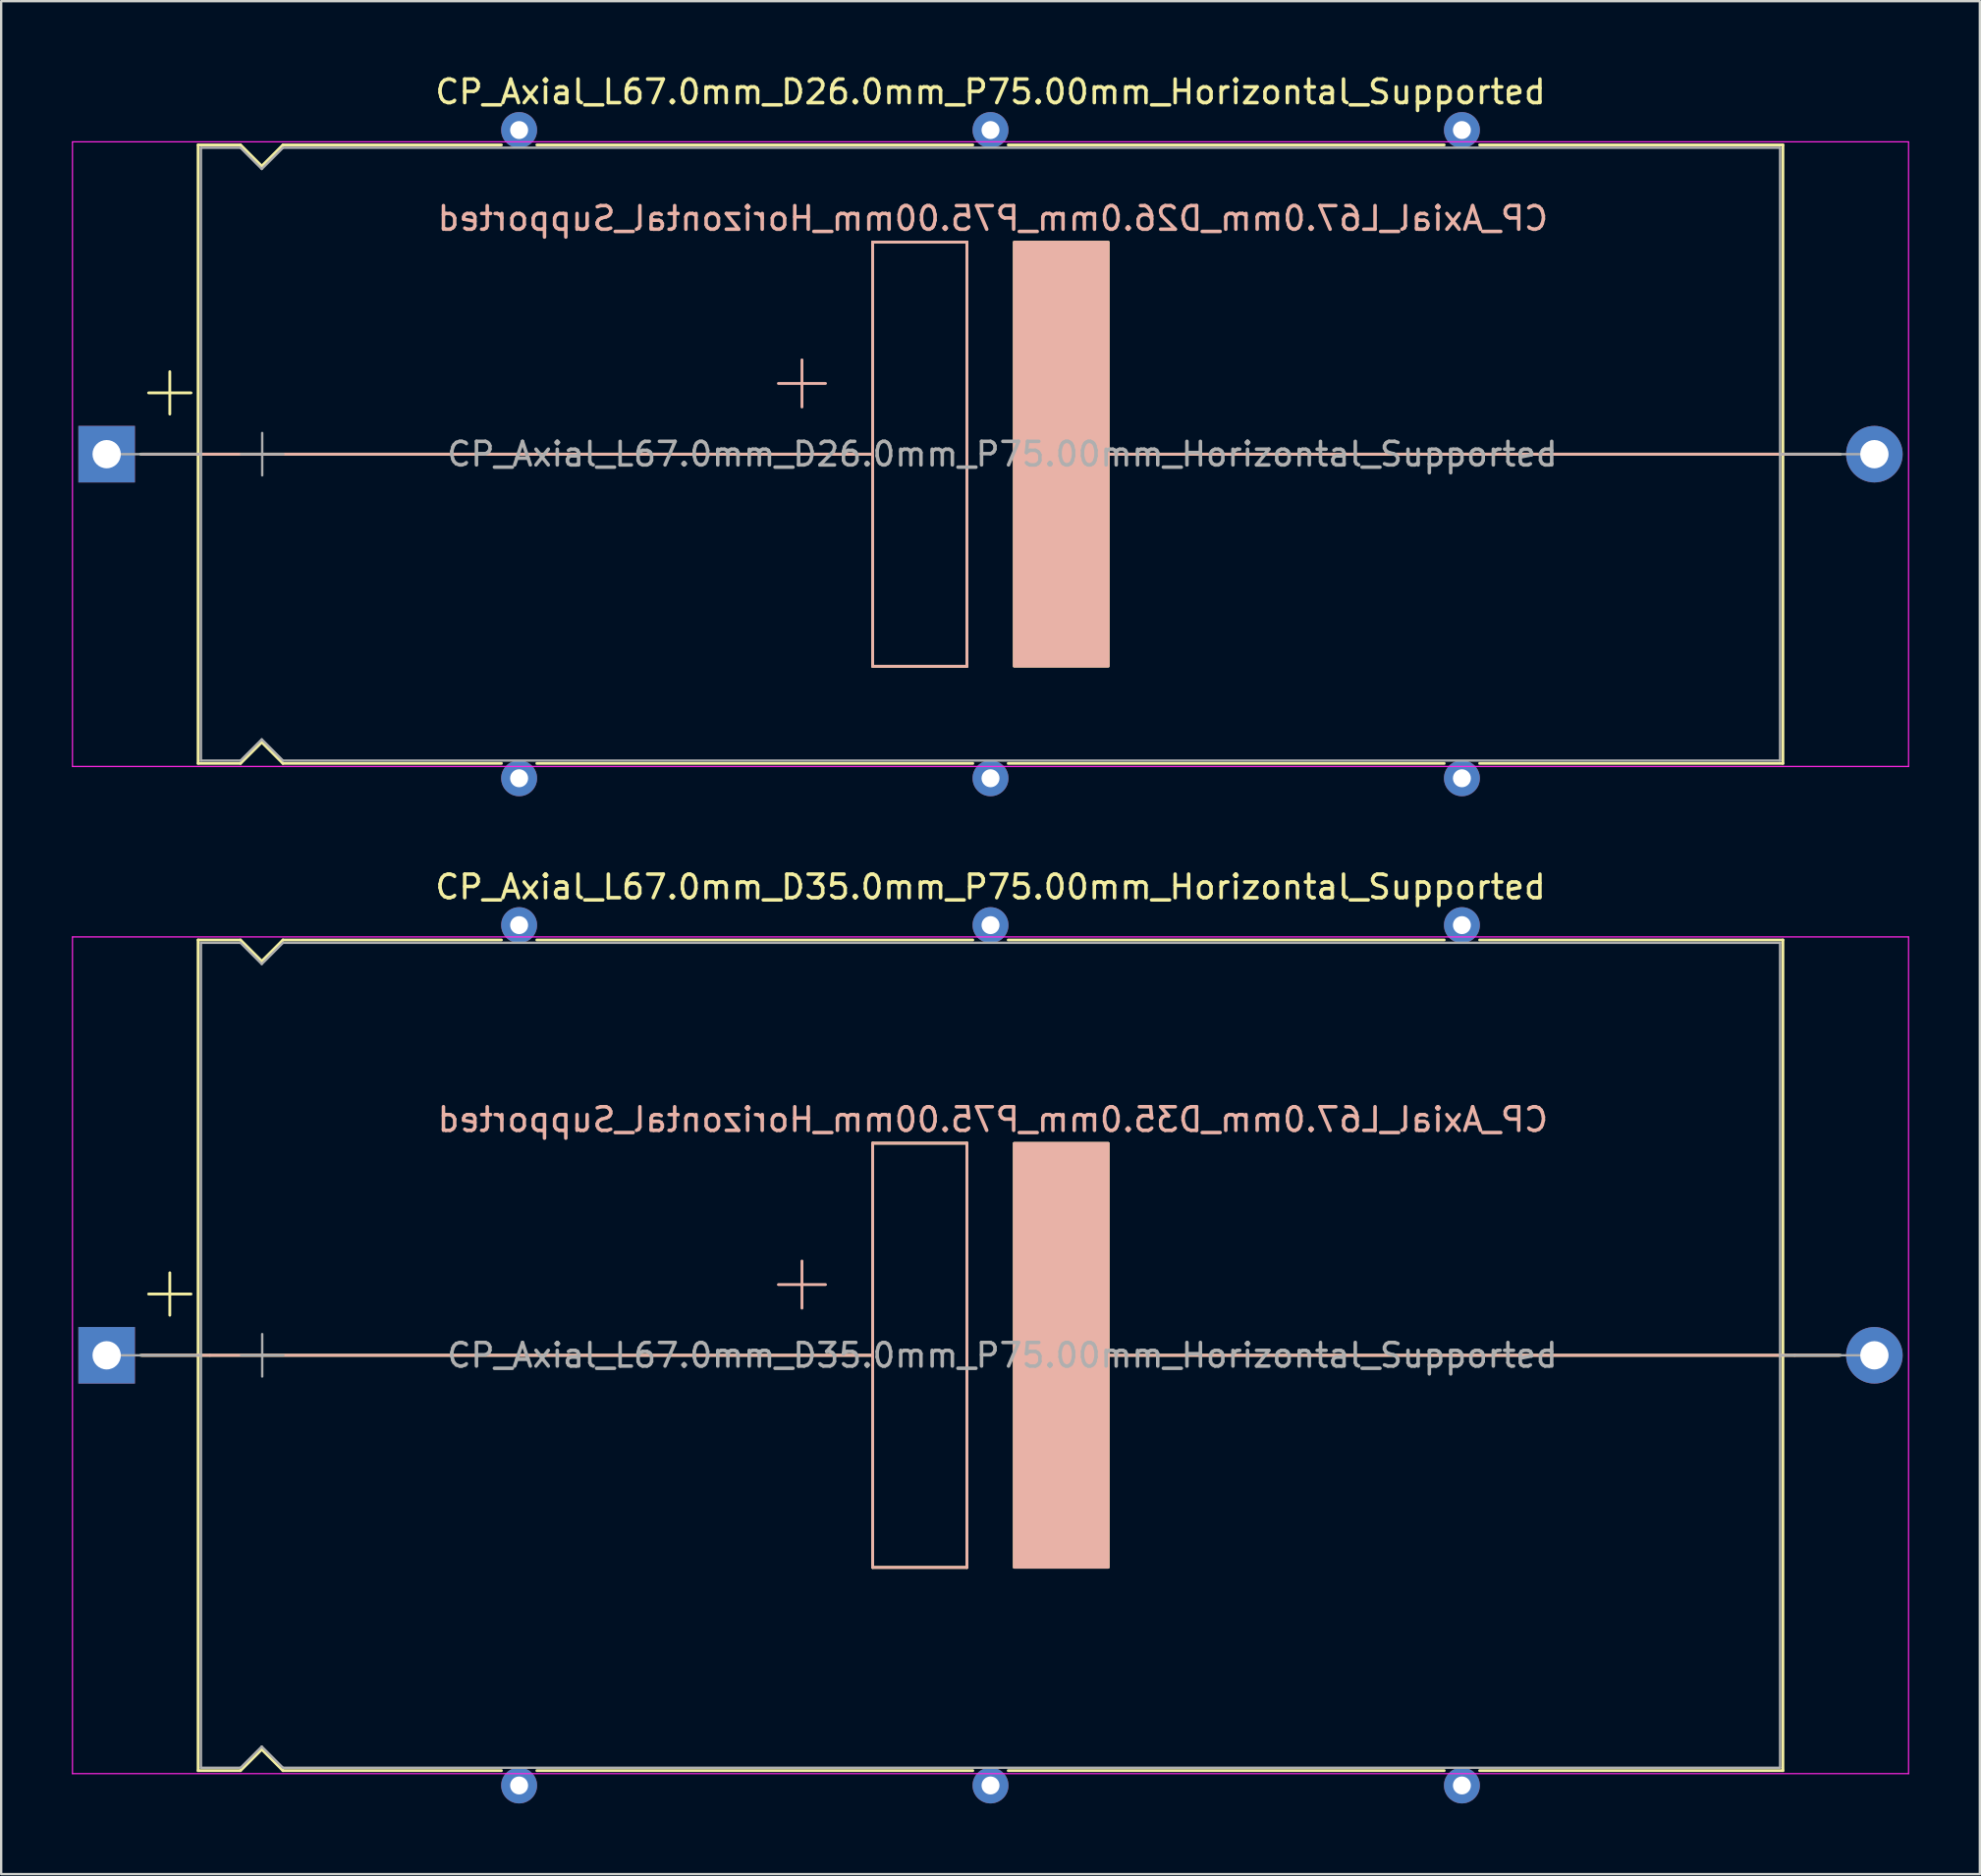
<source format=kicad_pcb>
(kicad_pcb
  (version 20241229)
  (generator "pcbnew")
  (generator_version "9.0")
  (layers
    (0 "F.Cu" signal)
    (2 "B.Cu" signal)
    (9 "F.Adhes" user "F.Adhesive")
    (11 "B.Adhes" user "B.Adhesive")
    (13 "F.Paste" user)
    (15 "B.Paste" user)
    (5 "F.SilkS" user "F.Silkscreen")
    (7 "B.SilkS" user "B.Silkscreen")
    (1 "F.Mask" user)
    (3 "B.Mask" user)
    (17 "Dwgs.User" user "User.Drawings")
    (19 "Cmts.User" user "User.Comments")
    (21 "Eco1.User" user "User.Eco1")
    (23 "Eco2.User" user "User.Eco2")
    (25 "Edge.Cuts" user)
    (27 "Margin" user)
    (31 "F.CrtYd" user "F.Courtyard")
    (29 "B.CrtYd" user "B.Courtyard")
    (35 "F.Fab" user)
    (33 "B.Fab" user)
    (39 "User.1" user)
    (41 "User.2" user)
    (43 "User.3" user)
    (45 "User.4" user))
  (footprint "CP_Axial_L67.0mm_D35.0mm_P75.00mm_Horizontal_Supported"
    (layer "F.Cu")
    (at 1.475 54.449)
    (property "Reference" "CP_Axial_L67.0mm_D35.0mm_P75.00mm_Horizontal_Supported" (at 37.5 -19.87 0) (layer "F.SilkS") (effects (font (size 1 1) (thickness 0.15))))
    (fp_line (start 1.44 0) (end 3.88 0) (stroke (width 0.12) (type solid)) (layer "F.SilkS"))
    (fp_line (start 1.78 -2.6) (end 3.58 -2.6) (stroke (width 0.12) (type solid)) (layer "F.SilkS"))
    (fp_line (start 2.68 -3.5) (end 2.68 -1.7) (stroke (width 0.12) (type solid)) (layer "F.SilkS"))
    (fp_line (start 3.88 -17.62) (end 3.88 17.62) (stroke (width 0.12) (type solid)) (layer "F.SilkS"))
    (fp_line (start 3.88 -17.62) (end 5.68 -17.62) (stroke (width 0.12) (type solid)) (layer "F.SilkS"))
    (fp_line (start 3.88 0) (end 32.5 0) (stroke (width 0.12) (type solid)) (layer "F.SilkS"))
    (fp_line (start 3.88 17.62) (end 5.68 17.62) (stroke (width 0.12) (type solid)) (layer "F.SilkS"))
    (fp_line (start 5.68 -17.62) (end 6.58 -16.72) (stroke (width 0.12) (type solid)) (layer "F.SilkS"))
    (fp_line (start 5.68 17.62) (end 6.58 16.72) (stroke (width 0.12) (type solid)) (layer "F.SilkS"))
    (fp_line (start 6.58 -16.72) (end 7.48 -17.62) (stroke (width 0.12) (type solid)) (layer "F.SilkS"))
    (fp_line (start 6.58 16.72) (end 7.48 17.62) (stroke (width 0.12) (type solid)) (layer "F.SilkS"))
    (fp_line (start 7.48 -17.62) (end 16.75 -17.62) (stroke (width 0.12) (type solid)) (layer "F.SilkS"))
    (fp_line (start 7.48 17.62) (end 16.75 17.62) (stroke (width 0.12) (type solid)) (layer "F.SilkS"))
    (fp_line (start 18.25 -17.62) (end 36.75 -17.62) (stroke (width 0.12) (type solid)) (layer "F.SilkS"))
    (fp_line (start 18.25 17.62) (end 36.75 17.62) (stroke (width 0.12) (type solid)) (layer "F.SilkS"))
    (fp_line (start 32.5 -9) (end 36.5 -9) (stroke (width 0.12) (type solid)) (layer "F.SilkS"))
    (fp_line (start 32.5 9) (end 32.5 -9) (stroke (width 0.12) (type solid)) (layer "F.SilkS"))
    (fp_line (start 36.5 -9) (end 36.5 9) (stroke (width 0.12) (type solid)) (layer "F.SilkS"))
    (fp_line (start 36.5 9) (end 32.5 9) (stroke (width 0.12) (type solid)) (layer "F.SilkS"))
    (fp_line (start 38.25 -17.62) (end 56.75 -17.62) (stroke (width 0.12) (type solid)) (layer "F.SilkS"))
    (fp_line (start 38.25 17.62) (end 56.75 17.62) (stroke (width 0.12) (type solid)) (layer "F.SilkS"))
    (fp_line (start 42 0) (end 71.12 0) (stroke (width 0.12) (type solid)) (layer "F.SilkS"))
    (fp_line (start 58.25 -17.62) (end 71.12 -17.62) (stroke (width 0.12) (type solid)) (layer "F.SilkS"))
    (fp_line (start 58.25 17.62) (end 71.12 17.62) (stroke (width 0.12) (type solid)) (layer "F.SilkS"))
    (fp_line (start 71.12 -17.62) (end 71.12 17.62) (stroke (width 0.12) (type solid)) (layer "F.SilkS"))
    (fp_line (start 73.56 0) (end 71.12 0) (stroke (width 0.12) (type solid)) (layer "F.SilkS"))
    (fp_poly (pts (xy 42.5 9) (xy 38.5 9) (xy 38.5 -9) (xy 42.5 -9)) (stroke (width 0.1) (type solid)) (fill yes) (layer "F.SilkS"))
    (fp_line (start 1.5 0) (end 4.38 0) (stroke (width 0.12) (type solid)) (layer "B.SilkS"))
    (fp_line (start 4.38 0) (end 32.5 0) (stroke (width 0.12) (type solid)) (layer "B.SilkS"))
    (fp_line (start 29.5 -2) (end 29.5 -4) (stroke (width 0.12) (type solid)) (layer "B.SilkS"))
    (fp_line (start 30.5 -3) (end 28.5 -3) (stroke (width 0.12) (type solid)) (layer "B.SilkS"))
    (fp_line (start 32.5 -9) (end 36.5 -9) (stroke (width 0.12) (type solid)) (layer "B.SilkS"))
    (fp_line (start 32.5 9) (end 32.5 -9) (stroke (width 0.12) (type solid)) (layer "B.SilkS"))
    (fp_line (start 36.5 -9) (end 36.5 9) (stroke (width 0.12) (type solid)) (layer "B.SilkS"))
    (fp_line (start 36.5 9) (end 32.5 9) (stroke (width 0.12) (type solid)) (layer "B.SilkS"))
    (fp_line (start 42.5 0) (end 71.62 0) (stroke (width 0.12) (type solid)) (layer "B.SilkS"))
    (fp_line (start 73.5 0) (end 71.62 0) (stroke (width 0.12) (type solid)) (layer "B.SilkS"))
    (fp_poly (pts (xy 42.5 9) (xy 38.5 9) (xy 38.5 -9) (xy 42.5 -9)) (stroke (width 0.1) (type solid)) (fill yes) (layer "B.SilkS"))
    (fp_line (start -1.45 -17.75) (end -1.45 17.75) (stroke (width 0.05) (type solid)) (layer "F.CrtYd"))
    (fp_line (start -1.45 17.75) (end 76.45 17.75) (stroke (width 0.05) (type solid)) (layer "F.CrtYd"))
    (fp_line (start 76.45 -17.75) (end -1.45 -17.75) (stroke (width 0.05) (type solid)) (layer "F.CrtYd"))
    (fp_line (start 76.45 17.75) (end 76.45 -17.75) (stroke (width 0.05) (type solid)) (layer "F.CrtYd"))
    (fp_line (start 0 0) (end 4 0) (stroke (width 0.1) (type solid)) (layer "F.Fab"))
    (fp_line (start 4 -17.5) (end 4 17.5) (stroke (width 0.1) (type solid)) (layer "F.Fab"))
    (fp_line (start 4 -17.5) (end 5.68 -17.5) (stroke (width 0.1) (type solid)) (layer "F.Fab"))
    (fp_line (start 4 17.5) (end 5.68 17.5) (stroke (width 0.1) (type solid)) (layer "F.Fab"))
    (fp_line (start 5.68 -17.5) (end 6.58 -16.6) (stroke (width 0.1) (type solid)) (layer "F.Fab"))
    (fp_line (start 5.68 17.5) (end 6.58 16.6) (stroke (width 0.1) (type solid)) (layer "F.Fab"))
    (fp_line (start 5.7 0) (end 7.5 0) (stroke (width 0.1) (type solid)) (layer "F.Fab"))
    (fp_line (start 6.58 -16.6) (end 7.48 -17.5) (stroke (width 0.1) (type solid)) (layer "F.Fab"))
    (fp_line (start 6.58 16.6) (end 7.48 17.5) (stroke (width 0.1) (type solid)) (layer "F.Fab"))
    (fp_line (start 6.6 -0.9) (end 6.6 0.9) (stroke (width 0.1) (type solid)) (layer "F.Fab"))
    (fp_line (start 7.48 -17.5) (end 71 -17.5) (stroke (width 0.1) (type solid)) (layer "F.Fab"))
    (fp_line (start 7.48 17.5) (end 71 17.5) (stroke (width 0.1) (type solid)) (layer "F.Fab"))
    (fp_line (start 71 -17.5) (end 71 17.5) (stroke (width 0.1) (type solid)) (layer "F.Fab"))
    (fp_line (start 75 0) (end 71 0) (stroke (width 0.1) (type solid)) (layer "F.Fab"))
    (fp_text user "${REFERENCE}" (at 37.6 -10 0) (layer "B.SilkS") (effects (font (size 1 1) (thickness 0.15)) (justify mirror)))
    (fp_text user "${REFERENCE}" (at 38 0 0) (layer "F.Fab") (effects (font (size 1 1) (thickness 0.15))))
    (pad "" thru_hole circle (at 57.5 -18.25) (size 1.524 1.524) (drill 0.762) (layers "*.Cu" "*.Mask"))
    (pad "1" thru_hole rect (at 0 0) (size 2.4 2.4) (drill 1.2) (layers "*.Cu" "*.Mask"))
    (pad "2" thru_hole oval (at 75 0) (size 2.4 2.4) (drill 1.2) (layers "*.Cu" "*.Mask"))
    (pad "~" thru_hole circle (at 17.5 -18.25) (size 1.524 1.524) (drill 0.762) (layers "*.Cu" "*.Mask"))
    (pad "~" thru_hole circle (at 17.5 18.25) (size 1.524 1.524) (drill 0.762) (layers "*.Cu" "*.Mask"))
    (pad "~" thru_hole circle (at 37.5 -18.25) (size 1.524 1.524) (drill 0.762) (layers "*.Cu" "*.Mask"))
    (pad "~" thru_hole circle (at 37.5 18.25) (size 1.524 1.524) (drill 0.762) (layers "*.Cu" "*.Mask"))
    (pad "~" thru_hole circle (at 57.5 18.25) (size 1.524 1.524) (drill 0.762) (layers "*.Cu" "*.Mask")))
  (footprint "CP_Axial_L67.0mm_D26.0mm_P75.00mm_Horizontal_Supported"
    (layer "F.Cu")
    (at 1.475 16.218)
    (property "Reference" "CP_Axial_L67.0mm_D26.0mm_P75.00mm_Horizontal_Supported" (at 37.5 -15.37 0) (layer "F.SilkS") (effects (font (size 1 1) (thickness 0.15))))
    (fp_line (start 1.44 0) (end 3.88 0) (stroke (width 0.12) (type solid)) (layer "F.SilkS"))
    (fp_line (start 1.78 -2.6) (end 3.58 -2.6) (stroke (width 0.12) (type solid)) (layer "F.SilkS"))
    (fp_line (start 2.68 -3.5) (end 2.68 -1.7) (stroke (width 0.12) (type solid)) (layer "F.SilkS"))
    (fp_line (start 3.873 0) (end 32.5 0) (stroke (width 0.12) (type solid)) (layer "F.SilkS"))
    (fp_line (start 3.88 -13.12) (end 3.88 13.12) (stroke (width 0.12) (type solid)) (layer "F.SilkS"))
    (fp_line (start 3.88 -13.12) (end 5.68 -13.12) (stroke (width 0.12) (type solid)) (layer "F.SilkS"))
    (fp_line (start 3.88 13.12) (end 5.68 13.12) (stroke (width 0.12) (type solid)) (layer "F.SilkS"))
    (fp_line (start 5.68 -13.12) (end 6.58 -12.22) (stroke (width 0.12) (type solid)) (layer "F.SilkS"))
    (fp_line (start 5.68 13.12) (end 6.58 12.22) (stroke (width 0.12) (type solid)) (layer "F.SilkS"))
    (fp_line (start 6.58 -12.22) (end 7.48 -13.12) (stroke (width 0.12) (type solid)) (layer "F.SilkS"))
    (fp_line (start 6.58 12.22) (end 7.48 13.12) (stroke (width 0.12) (type solid)) (layer "F.SilkS"))
    (fp_line (start 7.48 -13.12) (end 16.75 -13.12) (stroke (width 0.12) (type solid)) (layer "F.SilkS"))
    (fp_line (start 7.48 13.12) (end 16.75 13.12) (stroke (width 0.12) (type solid)) (layer "F.SilkS"))
    (fp_line (start 18.25 -13.12) (end 36.75 -13.12) (stroke (width 0.12) (type solid)) (layer "F.SilkS"))
    (fp_line (start 18.25 13.12) (end 36.75 13.12) (stroke (width 0.12) (type solid)) (layer "F.SilkS"))
    (fp_line (start 32.5 -9) (end 36.5 -9) (stroke (width 0.12) (type solid)) (layer "F.SilkS"))
    (fp_line (start 32.5 9) (end 32.5 -9) (stroke (width 0.12) (type solid)) (layer "F.SilkS"))
    (fp_line (start 36.5 -9) (end 36.5 9) (stroke (width 0.12) (type solid)) (layer "F.SilkS"))
    (fp_line (start 36.5 9) (end 32.5 9) (stroke (width 0.12) (type solid)) (layer "F.SilkS"))
    (fp_line (start 38.25 -13.12) (end 56.75 -13.12) (stroke (width 0.12) (type solid)) (layer "F.SilkS"))
    (fp_line (start 38.25 13.12) (end 56.75 13.12) (stroke (width 0.12) (type solid)) (layer "F.SilkS"))
    (fp_line (start 42 0) (end 71.12 0) (stroke (width 0.12) (type solid)) (layer "F.SilkS"))
    (fp_line (start 58.25 -13.12) (end 71.12 -13.12) (stroke (width 0.12) (type solid)) (layer "F.SilkS"))
    (fp_line (start 58.25 13.12) (end 71.12 13.12) (stroke (width 0.12) (type solid)) (layer "F.SilkS"))
    (fp_line (start 71.12 -13.12) (end 71.12 13.12) (stroke (width 0.12) (type solid)) (layer "F.SilkS"))
    (fp_line (start 73.56 0) (end 71.12 0) (stroke (width 0.12) (type solid)) (layer "F.SilkS"))
    (fp_poly (pts (xy 42.5 9) (xy 38.5 9) (xy 38.5 -9) (xy 42.5 -9)) (stroke (width 0.1) (type solid)) (fill yes) (layer "F.SilkS"))
    (fp_line (start 1.5 0) (end 4.38 0) (stroke (width 0.12) (type solid)) (layer "B.SilkS"))
    (fp_line (start 4.38 0) (end 32.5 0) (stroke (width 0.12) (type solid)) (layer "B.SilkS"))
    (fp_line (start 29.5 -2) (end 29.5 -4) (stroke (width 0.12) (type solid)) (layer "B.SilkS"))
    (fp_line (start 30.5 -3) (end 28.5 -3) (stroke (width 0.12) (type solid)) (layer "B.SilkS"))
    (fp_line (start 32.5 -9) (end 36.5 -9) (stroke (width 0.12) (type solid)) (layer "B.SilkS"))
    (fp_line (start 32.5 9) (end 32.5 -9) (stroke (width 0.12) (type solid)) (layer "B.SilkS"))
    (fp_line (start 36.5 -9) (end 36.5 9) (stroke (width 0.12) (type solid)) (layer "B.SilkS"))
    (fp_line (start 36.5 9) (end 32.5 9) (stroke (width 0.12) (type solid)) (layer "B.SilkS"))
    (fp_line (start 42.5 0) (end 71.62 0) (stroke (width 0.12) (type solid)) (layer "B.SilkS"))
    (fp_line (start 73.5 0) (end 71.62 0) (stroke (width 0.12) (type solid)) (layer "B.SilkS"))
    (fp_poly (pts (xy 42.5 9) (xy 38.5 9) (xy 38.5 -9) (xy 42.5 -9)) (stroke (width 0.1) (type solid)) (fill yes) (layer "B.SilkS"))
    (fp_line (start -1.45 -13.25) (end -1.45 13.25) (stroke (width 0.05) (type solid)) (layer "F.CrtYd"))
    (fp_line (start -1.45 13.25) (end 76.45 13.25) (stroke (width 0.05) (type solid)) (layer "F.CrtYd"))
    (fp_line (start 76.45 -13.25) (end -1.45 -13.25) (stroke (width 0.05) (type solid)) (layer "F.CrtYd"))
    (fp_line (start 76.45 13.25) (end 76.45 -13.25) (stroke (width 0.05) (type solid)) (layer "F.CrtYd"))
    (fp_line (start 0 0) (end 4 0) (stroke (width 0.1) (type solid)) (layer "F.Fab"))
    (fp_line (start 4 -13) (end 4 13) (stroke (width 0.1) (type solid)) (layer "F.Fab"))
    (fp_line (start 4 -13) (end 5.68 -13) (stroke (width 0.1) (type solid)) (layer "F.Fab"))
    (fp_line (start 4 13) (end 5.68 13) (stroke (width 0.1) (type solid)) (layer "F.Fab"))
    (fp_line (start 5.68 -13) (end 6.58 -12.1) (stroke (width 0.1) (type solid)) (layer "F.Fab"))
    (fp_line (start 5.68 13) (end 6.58 12.1) (stroke (width 0.1) (type solid)) (layer "F.Fab"))
    (fp_line (start 5.7 0) (end 7.5 0) (stroke (width 0.1) (type solid)) (layer "F.Fab"))
    (fp_line (start 6.58 -12.1) (end 7.48 -13) (stroke (width 0.1) (type solid)) (layer "F.Fab"))
    (fp_line (start 6.58 12.1) (end 7.48 13) (stroke (width 0.1) (type solid)) (layer "F.Fab"))
    (fp_line (start 6.6 -0.9) (end 6.6 0.9) (stroke (width 0.1) (type solid)) (layer "F.Fab"))
    (fp_line (start 7.48 -13) (end 71 -13) (stroke (width 0.1) (type solid)) (layer "F.Fab"))
    (fp_line (start 7.48 13) (end 71 13) (stroke (width 0.1) (type solid)) (layer "F.Fab"))
    (fp_line (start 71 -13) (end 71 13) (stroke (width 0.1) (type solid)) (layer "F.Fab"))
    (fp_line (start 75 0) (end 71 0) (stroke (width 0.1) (type solid)) (layer "F.Fab"))
    (fp_text user "${REFERENCE}" (at 37.6 -10 0) (layer "B.SilkS") (effects (font (size 1 1) (thickness 0.15)) (justify mirror)))
    (fp_text user "${REFERENCE}" (at 38 0 0) (layer "F.Fab") (effects (font (size 1 1) (thickness 0.15))))
    (pad "1" thru_hole rect (at 0 0) (size 2.4 2.4) (drill 1.2) (layers "*.Cu" "*.Mask"))
    (pad "2" thru_hole oval (at 75 0) (size 2.4 2.4) (drill 1.2) (layers "*.Cu" "*.Mask"))
    (pad "~" thru_hole circle (at 17.5 -13.75) (size 1.524 1.524) (drill 0.762) (layers "*.Cu" "*.Mask"))
    (pad "~" thru_hole circle (at 17.5 13.75) (size 1.524 1.524) (drill 0.762) (layers "*.Cu" "*.Mask"))
    (pad "~" thru_hole circle (at 37.5 -13.75) (size 1.524 1.524) (drill 0.762) (layers "*.Cu" "*.Mask"))
    (pad "~" thru_hole circle (at 37.5 13.75) (size 1.524 1.524) (drill 0.762) (layers "*.Cu" "*.Mask"))
    (pad "~" thru_hole circle (at 57.5 -13.75) (size 1.524 1.524) (drill 0.762) (layers "*.Cu" "*.Mask"))
    (pad "~" thru_hole circle (at 57.5 13.75) (size 1.524 1.524) (drill 0.762) (layers "*.Cu" "*.Mask")))
  (gr_rect
    (start -3 -3)
    (end 80.95 76.46)
    (stroke (width 0.1) (type default))
    (fill no)
    (layer "Edge.Cuts")))
</source>
